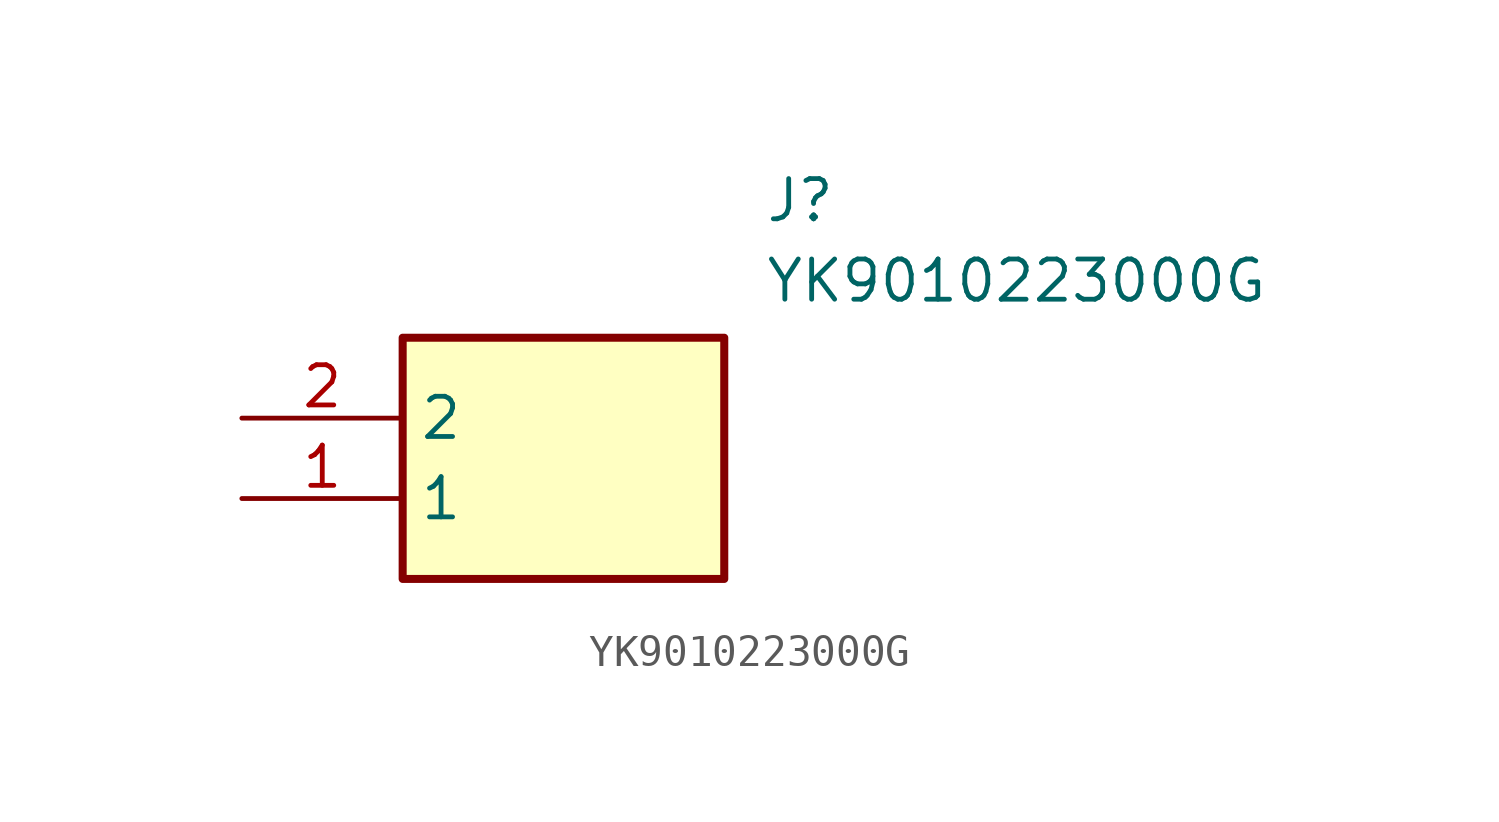
<source format=kicad_sym>
(kicad_symbol_lib
  (version 20211014)
  (generator SamacSys_ECAD_Model)
  (symbol "YK9010223000G"
    (property "Reference" "J"
      (at 16.51 7.62 0)
      (effects (font (size 1.27 1.27)) (justify left top)))
    (property "Value" "YK9010223000G"
      (at 16.51 5.08 0)
      (effects (font (size 1.27 1.27)) (justify left top)))
    (rectangle
      (start 5.08 2.54)
      (end 15.24 -5.08)
      (stroke (width 0.254) (type default))
      (fill (type background)))
    (pin passive line
      (at 0 -2.54 0)
      (length 5.08)
      (name "1" (effects (font (size 1.27 1.27))))
      (number "1" (effects (font (size 1.27 1.27)))))
    (pin passive line
      (at 0 0 0)
      (length 5.08)
      (name "2" (effects (font (size 1.27 1.27))))
      (number "2" (effects (font (size 1.27 1.27)))))))
</source>
